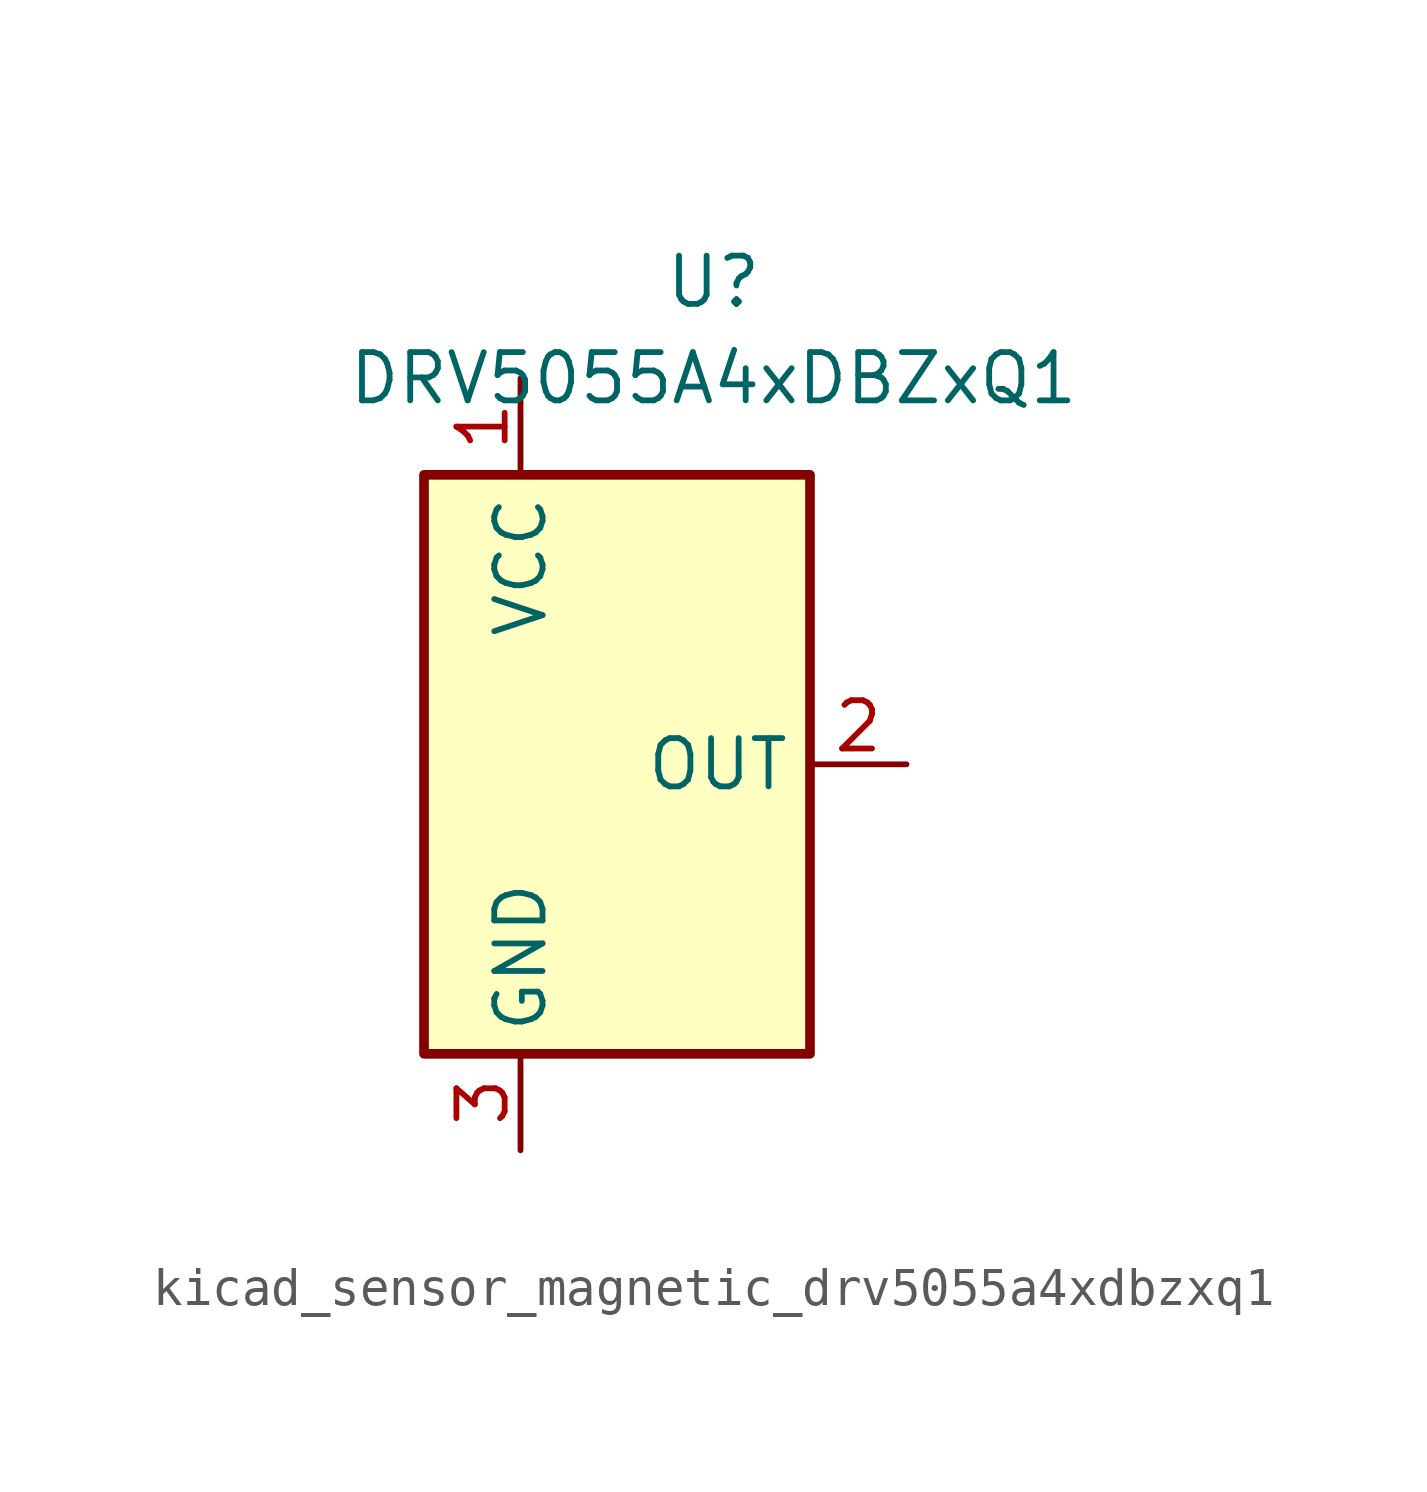
<source format=kicad_sym>
(kicad_symbol_lib
  (version 20220914)
  (generator kicad_symbol_editor)
  (symbol "kicad_sensor_magnetic_drv5055a4xdbzxq1"
    (property "Reference" "U"
      (at 2.54 12.7 0)
      (effects (font (size 1.27 1.27))))
    (property "Value" "DRV5055A4xDBZxQ1"
      (at 2.54 10.16 0)
      (effects (font (size 1.27 1.27))))
    (symbol "kicad_sensor_magnetic_drv5055a4xdbzxq1_1_1"
      (rectangle (start -5.08 7.62) (end 5.08 -7.62) (stroke (width 0.254) (type default)) (fill (type background)))
      (pin power_in line (at -2.54 10.16 270) (length 2.54) (name "VCC" (effects (font (size 1.27 1.27)))) (number "1" (effects (font (size 1.27 1.27)))))
      (pin output line (at 7.62 0 180) (length 2.54) (name "OUT" (effects (font (size 1.27 1.27)))) (number "2" (effects (font (size 1.27 1.27)))))
      (pin power_in line (at -2.54 -10.16 90) (length 2.54) (name "GND" (effects (font (size 1.27 1.27)))) (number "3" (effects (font (size 1.27 1.27))))))))
</source>
